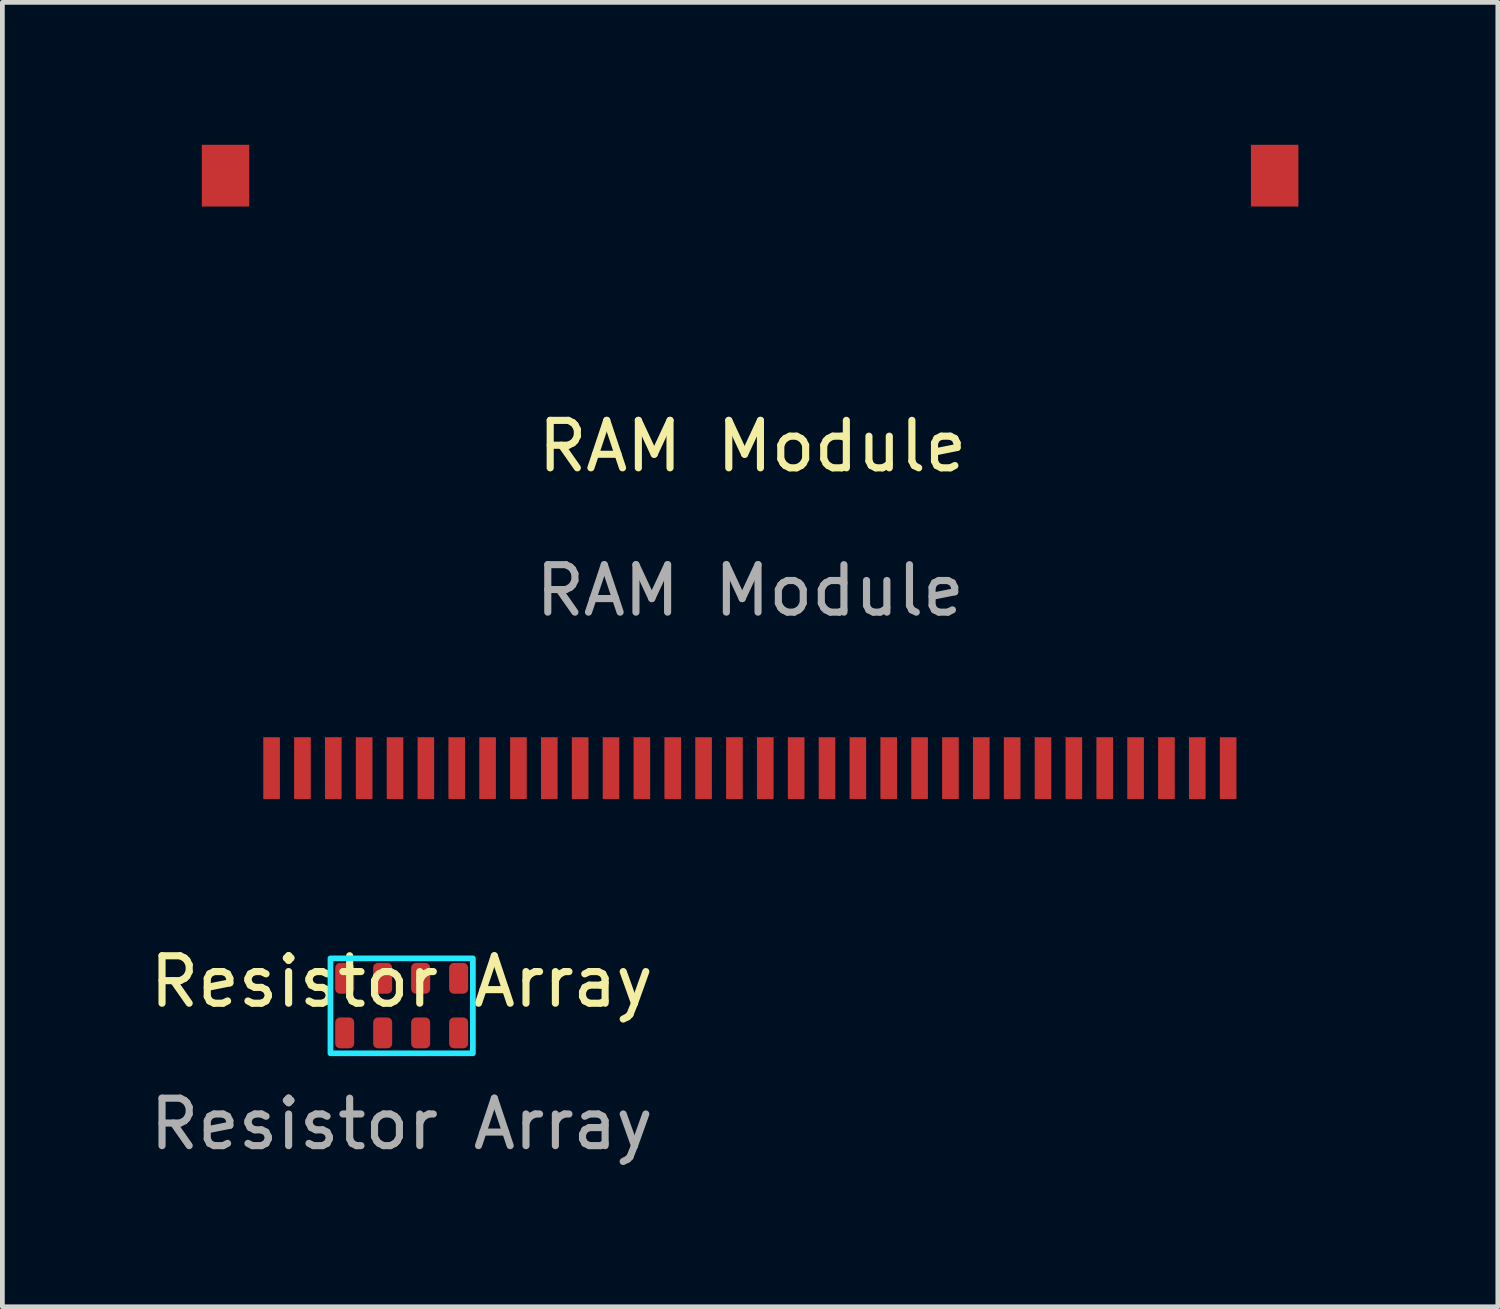
<source format=kicad_pcb>
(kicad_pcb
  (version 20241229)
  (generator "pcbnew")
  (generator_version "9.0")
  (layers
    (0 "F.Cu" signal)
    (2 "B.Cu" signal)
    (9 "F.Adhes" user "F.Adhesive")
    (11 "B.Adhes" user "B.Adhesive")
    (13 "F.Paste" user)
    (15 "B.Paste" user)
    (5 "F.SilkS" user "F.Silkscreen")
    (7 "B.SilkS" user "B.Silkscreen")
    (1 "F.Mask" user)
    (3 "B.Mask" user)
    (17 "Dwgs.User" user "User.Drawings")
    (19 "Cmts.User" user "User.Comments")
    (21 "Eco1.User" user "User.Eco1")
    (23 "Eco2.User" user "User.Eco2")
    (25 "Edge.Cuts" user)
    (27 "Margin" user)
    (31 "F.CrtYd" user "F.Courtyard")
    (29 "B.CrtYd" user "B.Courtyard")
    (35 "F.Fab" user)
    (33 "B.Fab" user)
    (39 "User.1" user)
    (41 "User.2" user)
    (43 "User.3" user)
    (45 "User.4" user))
  (footprint "Resistor Array"
    (layer "F.Cu")
    (at 5.411 18.128)
    (property "Reference" "Resistor Array" (at 0 -0.5 0) (unlocked yes) (layer "F.SilkS") (effects (font (size 1 1) (thickness 0.15))))
    (attr smd)
    (fp_rect (start -1.5 -0.99) (end 1.5 1.01) (stroke (width 0.12) (type solid)) (fill no) (layer "B.CrtYd"))
    (fp_text user "${REFERENCE}" (at 0 2.5 0) (unlocked yes) (layer "F.Fab") (effects (font (size 1 1) (thickness 0.15))))
    (pad "1" smd roundrect (at -1.2 -0.57 270) (size 0.65 0.4) (layers "F.Cu" "F.Mask" "F.Paste") (roundrect_rratio 0.25))
    (pad "2" smd roundrect (at -0.4 -0.57 270) (size 0.65 0.4) (layers "F.Cu" "F.Mask" "F.Paste") (roundrect_rratio 0.25))
    (pad "3" smd roundrect (at 0.4 -0.57 270) (size 0.65 0.4) (layers "F.Cu" "F.Mask" "F.Paste") (roundrect_rratio 0.25))
    (pad "4" smd roundrect (at 1.2 -0.57 270) (size 0.65 0.4) (layers "F.Cu" "F.Mask" "F.Paste") (roundrect_rratio 0.25))
    (pad "5" smd roundrect (at 1.2 0.58 270) (size 0.65 0.4) (layers "F.Cu" "F.Mask" "F.Paste") (roundrect_rratio 0.25))
    (pad "6" smd roundrect (at 0.4 0.58 270) (size 0.65 0.4) (layers "F.Cu" "F.Mask" "F.Paste") (roundrect_rratio 0.25))
    (pad "7" smd roundrect (at -0.4 0.58 270) (size 0.65 0.4) (layers "F.Cu" "F.Mask" "F.Paste") (roundrect_rratio 0.25))
    (pad "8" smd roundrect (at -1.2 0.58 270) (size 0.65 0.4) (layers "F.Cu" "F.Mask" "F.Paste") (roundrect_rratio 0.25)))
  (footprint "RAM Module"
    (layer "F.Cu")
    (at 12.802 6.85)
    (property "Reference" "RAM Module" (at 0 -0.5 0) (unlocked yes) (layer "F.SilkS") (effects (font (size 1 1) (thickness 0.15))))
    (attr smd)
    (fp_line (start -12.702 -5.44) (end -12.702 5.52) (stroke (width 0.2) (type solid)) (layer "User.2"))
    (fp_line (start -12.702 -5.44) (end 12.6 -5.44) (stroke (width 0.2) (type solid)) (layer "User.2"))
    (fp_line (start -12.702 5.52) (end 12.6 5.52) (stroke (width 0.2) (type solid)) (layer "User.2"))
    (fp_line (start 12.6 -5.44) (end 12.6 5.52) (stroke (width 0.2) (type solid)) (layer "User.2"))
    (fp_text user "${REFERENCE}" (at -0.051 2.54 0) (unlocked yes) (layer "F.Fab") (effects (font (size 1 1) (thickness 0.15))))
    (pad "-" smd rect (at -11.101 -6.2) (size 1 1.3) (layers "F.Cu" "F.Mask" "F.Paste"))
    (pad "-" smd rect (at 10.999 -6.2) (size 1 1.3) (layers "F.Cu" "F.Mask" "F.Paste"))
    (pad "1" smd rect (at -10.131 6.28) (size 0.35 1.3) (layers "F.Cu" "F.Mask" "F.Paste"))
    (pad "2" smd rect (at -9.481 6.28) (size 0.35 1.3) (layers "F.Cu" "F.Mask" "F.Paste"))
    (pad "3" smd rect (at -8.831 6.28) (size 0.35 1.3) (layers "F.Cu" "F.Mask" "F.Paste"))
    (pad "4" smd rect (at -8.181 6.28) (size 0.35 1.3) (layers "F.Cu" "F.Mask" "F.Paste"))
    (pad "5" smd rect (at -7.531 6.28) (size 0.35 1.3) (layers "F.Cu" "F.Mask" "F.Paste"))
    (pad "6" smd rect (at -6.881 6.28) (size 0.35 1.3) (layers "F.Cu" "F.Mask" "F.Paste"))
    (pad "7" smd rect (at -6.231 6.28) (size 0.35 1.3) (layers "F.Cu" "F.Mask" "F.Paste"))
    (pad "8" smd rect (at -5.581 6.28) (size 0.35 1.3) (layers "F.Cu" "F.Mask" "F.Paste"))
    (pad "9" smd rect (at -4.931 6.28) (size 0.35 1.3) (layers "F.Cu" "F.Mask" "F.Paste"))
    (pad "10" smd rect (at -4.281 6.28) (size 0.35 1.3) (layers "F.Cu" "F.Mask" "F.Paste"))
    (pad "11" smd rect (at -3.631 6.28) (size 0.35 1.3) (layers "F.Cu" "F.Mask" "F.Paste"))
    (pad "12" smd rect (at -2.981 6.28) (size 0.35 1.3) (layers "F.Cu" "F.Mask" "F.Paste"))
    (pad "13" smd rect (at -2.331 6.28) (size 0.35 1.3) (layers "F.Cu" "F.Mask" "F.Paste"))
    (pad "14" smd rect (at -1.681 6.28) (size 0.35 1.3) (layers "F.Cu" "F.Mask" "F.Paste"))
    (pad "15" smd rect (at -1.031 6.28) (size 0.35 1.3) (layers "F.Cu" "F.Mask" "F.Paste"))
    (pad "16" smd rect (at -0.381 6.28) (size 0.35 1.3) (layers "F.Cu" "F.Mask" "F.Paste"))
    (pad "17" smd rect (at 0.269 6.28) (size 0.35 1.3) (layers "F.Cu" "F.Mask" "F.Paste"))
    (pad "18" smd rect (at 0.919 6.28) (size 0.35 1.3) (layers "F.Cu" "F.Mask" "F.Paste"))
    (pad "19" smd rect (at 1.569 6.28) (size 0.35 1.3) (layers "F.Cu" "F.Mask" "F.Paste"))
    (pad "20" smd rect (at 2.219 6.28) (size 0.35 1.3) (layers "F.Cu" "F.Mask" "F.Paste"))
    (pad "21" smd rect (at 2.869 6.28) (size 0.35 1.3) (layers "F.Cu" "F.Mask" "F.Paste"))
    (pad "22" smd rect (at 3.519 6.28) (size 0.35 1.3) (layers "F.Cu" "F.Mask" "F.Paste"))
    (pad "23" smd rect (at 4.169 6.28) (size 0.35 1.3) (layers "F.Cu" "F.Mask" "F.Paste"))
    (pad "24" smd rect (at 4.819 6.28) (size 0.35 1.3) (layers "F.Cu" "F.Mask" "F.Paste"))
    (pad "25" smd rect (at 5.469 6.28) (size 0.35 1.3) (layers "F.Cu" "F.Mask" "F.Paste"))
    (pad "26" smd rect (at 6.119 6.28) (size 0.35 1.3) (layers "F.Cu" "F.Mask" "F.Paste"))
    (pad "27" smd rect (at 6.769 6.28) (size 0.35 1.3) (layers "F.Cu" "F.Mask" "F.Paste"))
    (pad "28" smd rect (at 7.419 6.28) (size 0.35 1.3) (layers "F.Cu" "F.Mask" "F.Paste"))
    (pad "29" smd rect (at 8.069 6.28) (size 0.35 1.3) (layers "F.Cu" "F.Mask" "F.Paste"))
    (pad "30" smd rect (at 8.719 6.28) (size 0.35 1.3) (layers "F.Cu" "F.Mask" "F.Paste"))
    (pad "31" smd rect (at 9.369 6.28) (size 0.35 1.3) (layers "F.Cu" "F.Mask" "F.Paste"))
    (pad "32" smd rect (at 10.019 6.28) (size 0.35 1.3) (layers "F.Cu" "F.Mask" "F.Paste")))
  (gr_rect
    (start -3 -3)
    (end 28.502 24.477)
    (stroke (width 0.1) (type default))
    (fill no)
    (layer "Edge.Cuts")))
</source>
